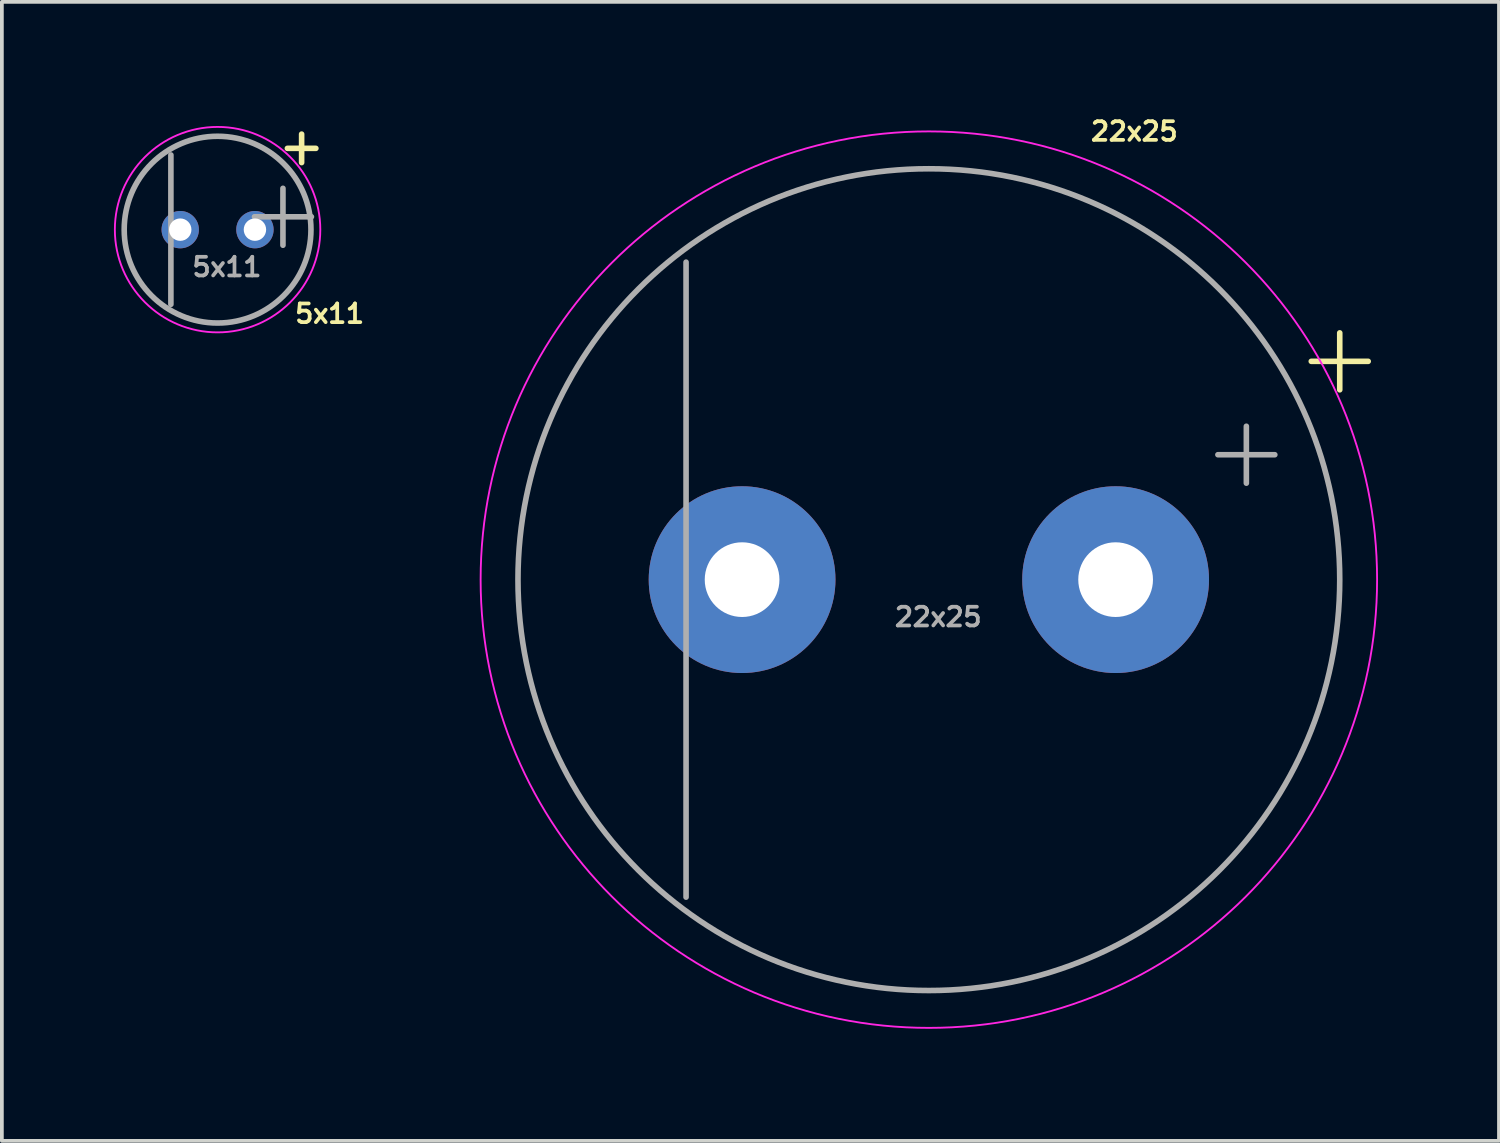
<source format=kicad_pcb>
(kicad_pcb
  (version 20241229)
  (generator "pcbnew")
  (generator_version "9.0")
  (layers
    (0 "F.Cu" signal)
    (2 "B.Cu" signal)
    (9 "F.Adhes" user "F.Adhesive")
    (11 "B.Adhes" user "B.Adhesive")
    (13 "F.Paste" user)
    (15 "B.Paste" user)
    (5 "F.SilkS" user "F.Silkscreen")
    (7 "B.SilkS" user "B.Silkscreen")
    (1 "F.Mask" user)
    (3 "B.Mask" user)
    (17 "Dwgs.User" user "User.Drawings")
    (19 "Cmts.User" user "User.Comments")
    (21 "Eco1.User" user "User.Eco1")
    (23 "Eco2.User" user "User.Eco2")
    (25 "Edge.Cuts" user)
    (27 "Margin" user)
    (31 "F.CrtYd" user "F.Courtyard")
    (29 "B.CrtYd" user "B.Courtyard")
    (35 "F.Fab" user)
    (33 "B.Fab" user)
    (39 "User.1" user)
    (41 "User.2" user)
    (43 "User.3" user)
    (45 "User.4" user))
  (footprint "22x25"
    (layer "F.Cu")
    (at 21.817 12.468)
    (property "Reference" "22x25" (at 5.5 -12 0) (layer "F.SilkS") (effects (font (size 0.5 0.5) (thickness 0.1))))
    (attr through_hole)
    (fp_circle (center 0 0) (end 0 -12) (stroke (width 0.05) (type solid)) (fill no) (layer "F.CrtYd"))
    (fp_line (start -6.5 -8.5) (end -6.5 8.5) (stroke (width 0.15) (type solid)) (layer "F.Fab"))
    (fp_circle (center 0 0) (end 11 0) (stroke (width 0.15) (type solid)) (fill no) (layer "F.Fab"))
    (fp_text user "+" (at 11 -6 0) (layer "F.SilkS") (effects (font (size 2 2) (thickness 0.15))))
    (fp_text user "+" (at 8.5 -3.5 0) (layer "F.Fab") (effects (font (size 2 2) (thickness 0.15))))
    (fp_text user "${REFERENCE}" (at 0.25 1 0) (layer "F.Fab") (effects (font (size 0.5 0.5) (thickness 0.1))))
    (pad "A" thru_hole circle (at 5 0) (size 5 5) (drill 2) (layers "*.Cu" "*.Mask"))
    (pad "C" thru_hole circle (at -5 0) (size 5 5) (drill 2) (layers "*.Cu" "*.Mask")))
  (footprint "5x11"
    (layer "F.Cu")
    (at 2.775 3.098)
    (property "Reference" "5x11" (at 3 2.25 0) (layer "F.SilkS") (effects (font (size 0.5 0.5) (thickness 0.1))))
    (attr through_hole)
    (fp_circle (center 0 0) (end 0 -2.75) (stroke (width 0.05) (type solid)) (fill no) (layer "F.CrtYd"))
    (fp_line (start -1.25 -2) (end -1.25 2) (stroke (width 0.15) (type solid)) (layer "F.Fab"))
    (fp_circle (center 0 0) (end 2.5 0) (stroke (width 0.15) (type solid)) (fill no) (layer "F.Fab"))
    (fp_text user "+" (at 2.25 -2.25 0) (layer "F.SilkS") (effects (font (size 1 1) (thickness 0.15))))
    (fp_text user "${REFERENCE}" (at 0.25 1 0) (layer "F.Fab") (effects (font (size 0.5 0.5) (thickness 0.1))))
    (fp_text user "+" (at 1.75 -0.5 0) (layer "F.Fab") (effects (font (size 2 2) (thickness 0.15))))
    (pad "A" thru_hole circle (at 1 0) (size 1 1) (drill 0.6) (layers "*.Cu" "*.Mask"))
    (pad "C" thru_hole circle (at -1 0) (size 1 1) (drill 0.6) (layers "*.Cu" "*.Mask")))
  (gr_rect
    (start -3 -3)
    (end 37.08 27.493)
    (stroke (width 0.1) (type default))
    (fill no)
    (layer "Edge.Cuts")))
</source>
